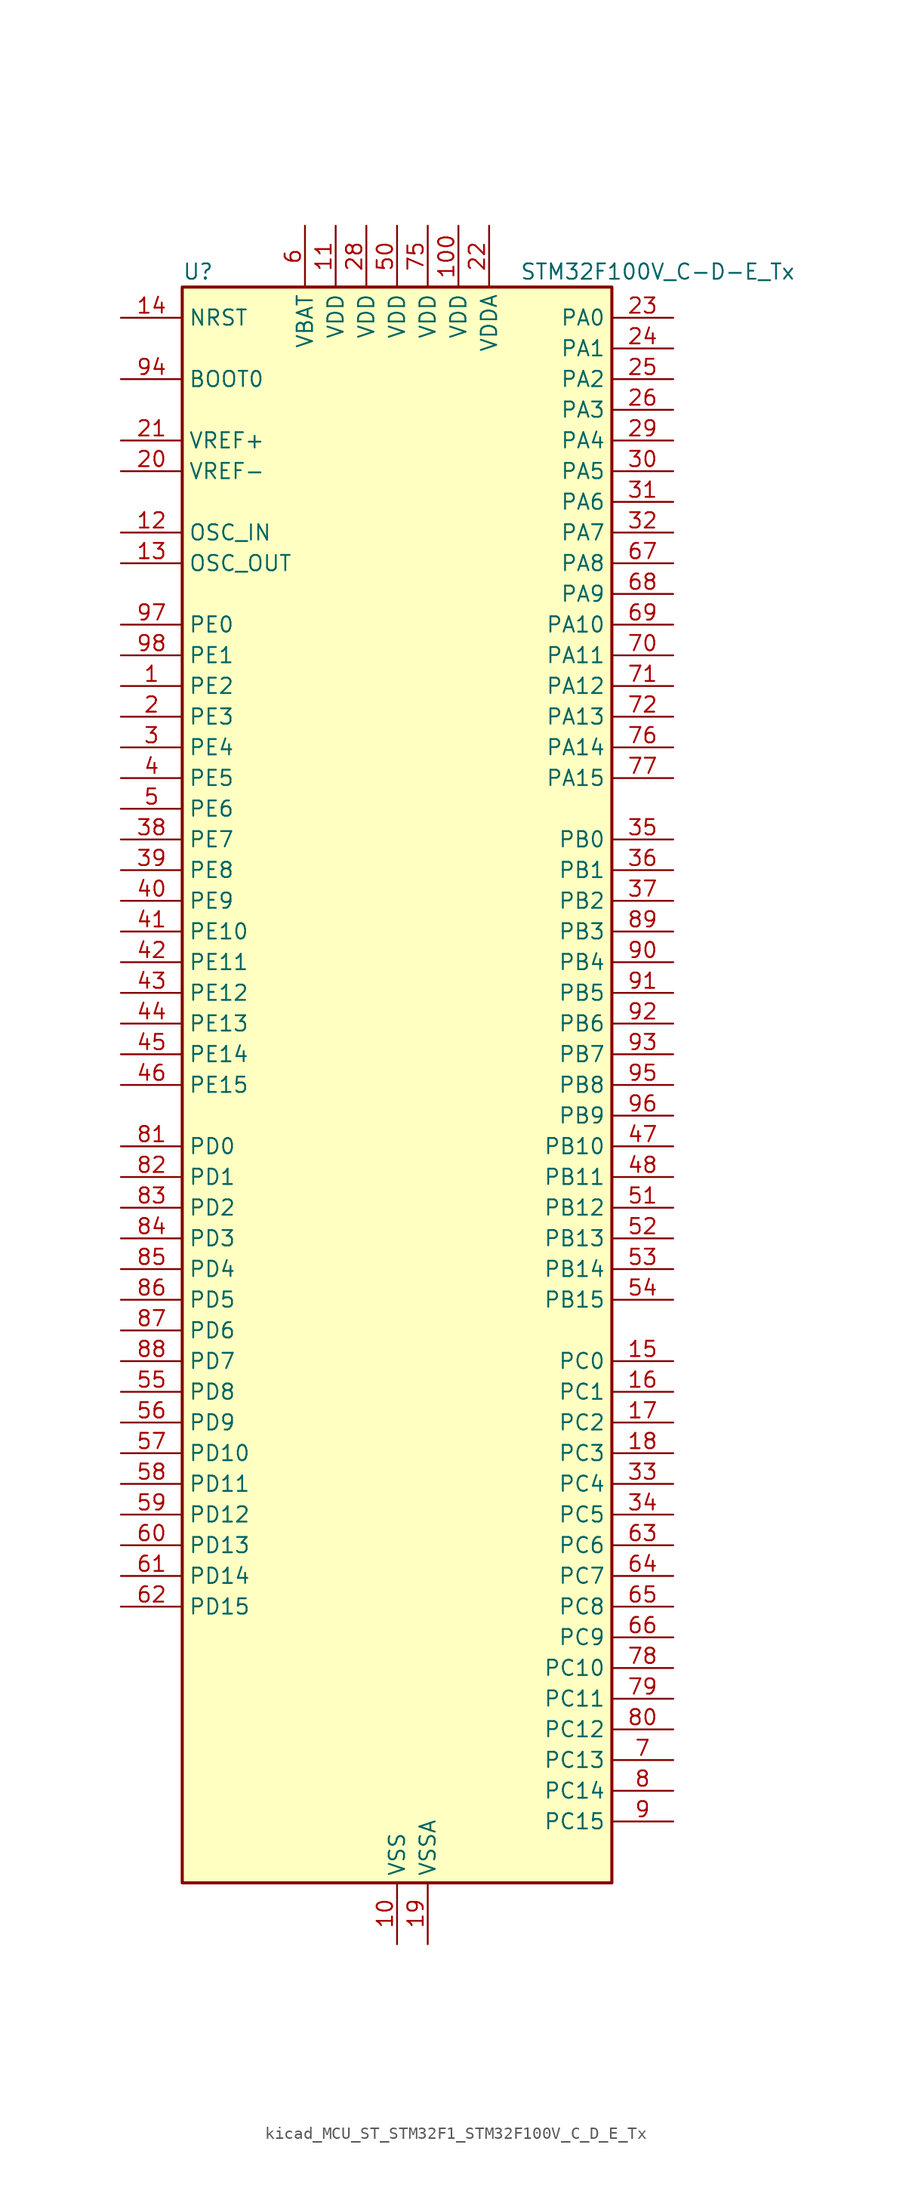
<source format=kicad_sym>
(kicad_symbol_lib
  (version 20220914)
  (generator kicad_symbol_editor)
  (symbol "kicad_MCU_ST_STM32F1_STM32F100V_C_D_E_Tx"
    (property "Reference" "U"
      (at -17.78 67.31 0)
      (effects (font (size 1.27 1.27)) (justify left)))
    (property "Value" "STM32F100V_C-D-E_Tx"
      (at 10.16 67.31 0)
      (effects (font (size 1.27 1.27)) (justify left)))
    (property "ki_locked" ""
      (at 0 0 0)
      (effects (font (size 1.27 1.27))))
    (symbol "kicad_MCU_ST_STM32F1_STM32F100V_C_D_E_Tx_0_1"
      (rectangle (start -17.78 -66.04) (end 17.78 66.04) (stroke (width 0.254) (type default)) (fill (type background))))
    (symbol "kicad_MCU_ST_STM32F1_STM32F100V_C_D_E_Tx_1_1"
      (pin bidirectional line (at -22.86 33.02 0) (length 5.08) (name "PE2" (effects (font (size 1.27 1.27)))) (number "1" (effects (font (size 1.27 1.27)))) (alternate "FSMC_A23" bidirectional line) (alternate "SYS_TRACECLK" bidirectional line))
      (pin power_in line (at 0 -71.12 90) (length 5.08) (name "VSS" (effects (font (size 1.27 1.27)))) (number "10" (effects (font (size 1.27 1.27)))))
      (pin power_in line (at 5.08 71.12 270) (length 5.08) (name "VDD" (effects (font (size 1.27 1.27)))) (number "100" (effects (font (size 1.27 1.27)))))
      (pin power_in line (at -5.08 71.12 270) (length 5.08) (name "VDD" (effects (font (size 1.27 1.27)))) (number "11" (effects (font (size 1.27 1.27)))))
      (pin input line (at -22.86 45.72 0) (length 5.08) (name "OSC_IN" (effects (font (size 1.27 1.27)))) (number "12" (effects (font (size 1.27 1.27)))) (alternate "RCC_OSC_IN" bidirectional line))
      (pin input line (at -22.86 43.18 0) (length 5.08) (name "OSC_OUT" (effects (font (size 1.27 1.27)))) (number "13" (effects (font (size 1.27 1.27)))) (alternate "RCC_OSC_OUT" bidirectional line))
      (pin input line (at -22.86 63.5 0) (length 5.08) (name "NRST" (effects (font (size 1.27 1.27)))) (number "14" (effects (font (size 1.27 1.27)))))
      (pin bidirectional line (at 22.86 -22.86 180) (length 5.08) (name "PC0" (effects (font (size 1.27 1.27)))) (number "15" (effects (font (size 1.27 1.27)))) (alternate "ADC1_IN10" bidirectional line))
      (pin bidirectional line (at 22.86 -25.4 180) (length 5.08) (name "PC1" (effects (font (size 1.27 1.27)))) (number "16" (effects (font (size 1.27 1.27)))) (alternate "ADC1_IN11" bidirectional line))
      (pin bidirectional line (at 22.86 -27.94 180) (length 5.08) (name "PC2" (effects (font (size 1.27 1.27)))) (number "17" (effects (font (size 1.27 1.27)))) (alternate "ADC1_IN12" bidirectional line))
      (pin bidirectional line (at 22.86 -30.48 180) (length 5.08) (name "PC3" (effects (font (size 1.27 1.27)))) (number "18" (effects (font (size 1.27 1.27)))) (alternate "ADC1_IN13" bidirectional line))
      (pin power_in line (at 2.54 -71.12 90) (length 5.08) (name "VSSA" (effects (font (size 1.27 1.27)))) (number "19" (effects (font (size 1.27 1.27)))))
      (pin bidirectional line (at -22.86 30.48 0) (length 5.08) (name "PE3" (effects (font (size 1.27 1.27)))) (number "2" (effects (font (size 1.27 1.27)))) (alternate "FSMC_A19" bidirectional line) (alternate "SYS_TRACED0" bidirectional line))
      (pin input line (at -22.86 50.8 0) (length 5.08) (name "VREF-" (effects (font (size 1.27 1.27)))) (number "20" (effects (font (size 1.27 1.27)))))
      (pin input line (at -22.86 53.34 0) (length 5.08) (name "VREF+" (effects (font (size 1.27 1.27)))) (number "21" (effects (font (size 1.27 1.27)))))
      (pin power_in line (at 7.62 71.12 270) (length 5.08) (name "VDDA" (effects (font (size 1.27 1.27)))) (number "22" (effects (font (size 1.27 1.27)))))
      (pin bidirectional line (at 22.86 63.5 180) (length 5.08) (name "PA0" (effects (font (size 1.27 1.27)))) (number "23" (effects (font (size 1.27 1.27)))) (alternate "ADC1_IN0" bidirectional line) (alternate "SYS_WKUP" bidirectional line) (alternate "TIM2_CH1" bidirectional line) (alternate "TIM2_ETR" bidirectional line) (alternate "TIM5_CH1" bidirectional line) (alternate "USART2_CTS" bidirectional line))
      (pin bidirectional line (at 22.86 60.96 180) (length 5.08) (name "PA1" (effects (font (size 1.27 1.27)))) (number "24" (effects (font (size 1.27 1.27)))) (alternate "ADC1_IN1" bidirectional line) (alternate "TIM2_CH2" bidirectional line) (alternate "TIM5_CH2" bidirectional line) (alternate "USART2_RTS" bidirectional line))
      (pin bidirectional line (at 22.86 58.42 180) (length 5.08) (name "PA2" (effects (font (size 1.27 1.27)))) (number "25" (effects (font (size 1.27 1.27)))) (alternate "ADC1_IN2" bidirectional line) (alternate "TIM15_CH1" bidirectional line) (alternate "TIM2_CH3" bidirectional line) (alternate "TIM5_CH3" bidirectional line) (alternate "USART2_TX" bidirectional line))
      (pin bidirectional line (at 22.86 55.88 180) (length 5.08) (name "PA3" (effects (font (size 1.27 1.27)))) (number "26" (effects (font (size 1.27 1.27)))) (alternate "ADC1_IN3" bidirectional line) (alternate "TIM15_CH2" bidirectional line) (alternate "TIM2_CH4" bidirectional line) (alternate "TIM5_CH4" bidirectional line) (alternate "USART2_RX" bidirectional line))
      (pin passive line (at 0 -71.12 90) (length 5.08) hide (name "VSS" (effects (font (size 1.27 1.27)))) (number "27" (effects (font (size 1.27 1.27)))))
      (pin power_in line (at -2.54 71.12 270) (length 5.08) (name "VDD" (effects (font (size 1.27 1.27)))) (number "28" (effects (font (size 1.27 1.27)))))
      (pin bidirectional line (at 22.86 53.34 180) (length 5.08) (name "PA4" (effects (font (size 1.27 1.27)))) (number "29" (effects (font (size 1.27 1.27)))) (alternate "ADC1_IN4" bidirectional line) (alternate "DAC_OUT1" bidirectional line) (alternate "SPI1_NSS" bidirectional line) (alternate "USART2_CK" bidirectional line))
      (pin bidirectional line (at -22.86 27.94 0) (length 5.08) (name "PE4" (effects (font (size 1.27 1.27)))) (number "3" (effects (font (size 1.27 1.27)))) (alternate "FSMC_A20" bidirectional line) (alternate "SYS_TRACED1" bidirectional line))
      (pin bidirectional line (at 22.86 50.8 180) (length 5.08) (name "PA5" (effects (font (size 1.27 1.27)))) (number "30" (effects (font (size 1.27 1.27)))) (alternate "ADC1_IN5" bidirectional line) (alternate "DAC_OUT2" bidirectional line) (alternate "SPI1_SCK" bidirectional line))
      (pin bidirectional line (at 22.86 48.26 180) (length 5.08) (name "PA6" (effects (font (size 1.27 1.27)))) (number "31" (effects (font (size 1.27 1.27)))) (alternate "ADC1_IN6" bidirectional line) (alternate "SPI1_MISO" bidirectional line) (alternate "TIM16_CH1" bidirectional line) (alternate "TIM1_BKIN" bidirectional line) (alternate "TIM3_CH1" bidirectional line))
      (pin bidirectional line (at 22.86 45.72 180) (length 5.08) (name "PA7" (effects (font (size 1.27 1.27)))) (number "32" (effects (font (size 1.27 1.27)))) (alternate "ADC1_IN7" bidirectional line) (alternate "SPI1_MOSI" bidirectional line) (alternate "TIM17_CH1" bidirectional line) (alternate "TIM1_CH1N" bidirectional line) (alternate "TIM3_CH2" bidirectional line))
      (pin bidirectional line (at 22.86 -33.02 180) (length 5.08) (name "PC4" (effects (font (size 1.27 1.27)))) (number "33" (effects (font (size 1.27 1.27)))) (alternate "ADC1_IN14" bidirectional line) (alternate "TIM12_CH1" bidirectional line))
      (pin bidirectional line (at 22.86 -35.56 180) (length 5.08) (name "PC5" (effects (font (size 1.27 1.27)))) (number "34" (effects (font (size 1.27 1.27)))) (alternate "ADC1_IN15" bidirectional line) (alternate "TIM12_CH2" bidirectional line))
      (pin bidirectional line (at 22.86 20.32 180) (length 5.08) (name "PB0" (effects (font (size 1.27 1.27)))) (number "35" (effects (font (size 1.27 1.27)))) (alternate "ADC1_IN8" bidirectional line) (alternate "TIM13_CH1" bidirectional line) (alternate "TIM1_CH2N" bidirectional line) (alternate "TIM3_CH3" bidirectional line))
      (pin bidirectional line (at 22.86 17.78 180) (length 5.08) (name "PB1" (effects (font (size 1.27 1.27)))) (number "36" (effects (font (size 1.27 1.27)))) (alternate "ADC1_IN9" bidirectional line) (alternate "TIM14_CH1" bidirectional line) (alternate "TIM1_CH3N" bidirectional line) (alternate "TIM3_CH4" bidirectional line))
      (pin bidirectional line (at 22.86 15.24 180) (length 5.08) (name "PB2" (effects (font (size 1.27 1.27)))) (number "37" (effects (font (size 1.27 1.27)))))
      (pin bidirectional line (at -22.86 20.32 0) (length 5.08) (name "PE7" (effects (font (size 1.27 1.27)))) (number "38" (effects (font (size 1.27 1.27)))) (alternate "FSMC_D4" bidirectional line) (alternate "FSMC_DA4" bidirectional line) (alternate "TIM1_ETR" bidirectional line))
      (pin bidirectional line (at -22.86 17.78 0) (length 5.08) (name "PE8" (effects (font (size 1.27 1.27)))) (number "39" (effects (font (size 1.27 1.27)))) (alternate "FSMC_D5" bidirectional line) (alternate "FSMC_DA5" bidirectional line) (alternate "TIM1_CH1N" bidirectional line))
      (pin bidirectional line (at -22.86 25.4 0) (length 5.08) (name "PE5" (effects (font (size 1.27 1.27)))) (number "4" (effects (font (size 1.27 1.27)))) (alternate "FSMC_A21" bidirectional line) (alternate "SYS_TRACED2" bidirectional line))
      (pin bidirectional line (at -22.86 15.24 0) (length 5.08) (name "PE9" (effects (font (size 1.27 1.27)))) (number "40" (effects (font (size 1.27 1.27)))) (alternate "DAC_EXTI9" bidirectional line) (alternate "FSMC_D6" bidirectional line) (alternate "FSMC_DA6" bidirectional line) (alternate "TIM1_CH1" bidirectional line))
      (pin bidirectional line (at -22.86 12.7 0) (length 5.08) (name "PE10" (effects (font (size 1.27 1.27)))) (number "41" (effects (font (size 1.27 1.27)))) (alternate "FSMC_D7" bidirectional line) (alternate "FSMC_DA7" bidirectional line) (alternate "TIM1_CH2N" bidirectional line))
      (pin bidirectional line (at -22.86 10.16 0) (length 5.08) (name "PE11" (effects (font (size 1.27 1.27)))) (number "42" (effects (font (size 1.27 1.27)))) (alternate "ADC1_EXTI11" bidirectional line) (alternate "FSMC_D8" bidirectional line) (alternate "FSMC_DA8" bidirectional line) (alternate "TIM1_CH2" bidirectional line))
      (pin bidirectional line (at -22.86 7.62 0) (length 5.08) (name "PE12" (effects (font (size 1.27 1.27)))) (number "43" (effects (font (size 1.27 1.27)))) (alternate "FSMC_D9" bidirectional line) (alternate "FSMC_DA9" bidirectional line) (alternate "TIM1_CH3N" bidirectional line))
      (pin bidirectional line (at -22.86 5.08 0) (length 5.08) (name "PE13" (effects (font (size 1.27 1.27)))) (number "44" (effects (font (size 1.27 1.27)))) (alternate "FSMC_D10" bidirectional line) (alternate "FSMC_DA10" bidirectional line) (alternate "TIM1_CH3" bidirectional line))
      (pin bidirectional line (at -22.86 2.54 0) (length 5.08) (name "PE14" (effects (font (size 1.27 1.27)))) (number "45" (effects (font (size 1.27 1.27)))) (alternate "FSMC_D11" bidirectional line) (alternate "FSMC_DA11" bidirectional line) (alternate "TIM1_CH4" bidirectional line))
      (pin bidirectional line (at -22.86 0 0) (length 5.08) (name "PE15" (effects (font (size 1.27 1.27)))) (number "46" (effects (font (size 1.27 1.27)))) (alternate "ADC1_EXTI15" bidirectional line) (alternate "FSMC_D12" bidirectional line) (alternate "FSMC_DA12" bidirectional line) (alternate "TIM1_BKIN" bidirectional line))
      (pin bidirectional line (at 22.86 -5.08 180) (length 5.08) (name "PB10" (effects (font (size 1.27 1.27)))) (number "47" (effects (font (size 1.27 1.27)))) (alternate "CEC" bidirectional line) (alternate "I2C2_SCL" bidirectional line) (alternate "TIM2_CH3" bidirectional line) (alternate "USART3_TX" bidirectional line))
      (pin bidirectional line (at 22.86 -7.62 180) (length 5.08) (name "PB11" (effects (font (size 1.27 1.27)))) (number "48" (effects (font (size 1.27 1.27)))) (alternate "ADC1_EXTI11" bidirectional line) (alternate "I2C2_SDA" bidirectional line) (alternate "TIM2_CH4" bidirectional line) (alternate "USART3_RX" bidirectional line))
      (pin passive line (at 0 -71.12 90) (length 5.08) hide (name "VSS" (effects (font (size 1.27 1.27)))) (number "49" (effects (font (size 1.27 1.27)))))
      (pin bidirectional line (at -22.86 22.86 0) (length 5.08) (name "PE6" (effects (font (size 1.27 1.27)))) (number "5" (effects (font (size 1.27 1.27)))) (alternate "FSMC_A22" bidirectional line) (alternate "SYS_TRACED3" bidirectional line))
      (pin power_in line (at 0 71.12 270) (length 5.08) (name "VDD" (effects (font (size 1.27 1.27)))) (number "50" (effects (font (size 1.27 1.27)))))
      (pin bidirectional line (at 22.86 -10.16 180) (length 5.08) (name "PB12" (effects (font (size 1.27 1.27)))) (number "51" (effects (font (size 1.27 1.27)))) (alternate "I2C2_SMBA" bidirectional line) (alternate "SPI2_NSS" bidirectional line) (alternate "TIM12_CH1" bidirectional line) (alternate "TIM1_BKIN" bidirectional line) (alternate "USART3_CK" bidirectional line))
      (pin bidirectional line (at 22.86 -12.7 180) (length 5.08) (name "PB13" (effects (font (size 1.27 1.27)))) (number "52" (effects (font (size 1.27 1.27)))) (alternate "SPI2_SCK" bidirectional line) (alternate "TIM12_CH2" bidirectional line) (alternate "TIM1_CH1N" bidirectional line) (alternate "USART3_CTS" bidirectional line))
      (pin bidirectional line (at 22.86 -15.24 180) (length 5.08) (name "PB14" (effects (font (size 1.27 1.27)))) (number "53" (effects (font (size 1.27 1.27)))) (alternate "SPI2_MISO" bidirectional line) (alternate "TIM15_CH1" bidirectional line) (alternate "TIM1_CH2N" bidirectional line) (alternate "USART3_RTS" bidirectional line))
      (pin bidirectional line (at 22.86 -17.78 180) (length 5.08) (name "PB15" (effects (font (size 1.27 1.27)))) (number "54" (effects (font (size 1.27 1.27)))) (alternate "ADC1_EXTI15" bidirectional line) (alternate "SPI2_MOSI" bidirectional line) (alternate "TIM15_CH1N" bidirectional line) (alternate "TIM15_CH2" bidirectional line) (alternate "TIM1_CH3N" bidirectional line))
      (pin bidirectional line (at -22.86 -25.4 0) (length 5.08) (name "PD8" (effects (font (size 1.27 1.27)))) (number "55" (effects (font (size 1.27 1.27)))) (alternate "FSMC_D13" bidirectional line) (alternate "FSMC_DA13" bidirectional line) (alternate "USART3_TX" bidirectional line))
      (pin bidirectional line (at -22.86 -27.94 0) (length 5.08) (name "PD9" (effects (font (size 1.27 1.27)))) (number "56" (effects (font (size 1.27 1.27)))) (alternate "DAC_EXTI9" bidirectional line) (alternate "FSMC_D14" bidirectional line) (alternate "FSMC_DA14" bidirectional line) (alternate "USART3_RX" bidirectional line))
      (pin bidirectional line (at -22.86 -30.48 0) (length 5.08) (name "PD10" (effects (font (size 1.27 1.27)))) (number "57" (effects (font (size 1.27 1.27)))) (alternate "FSMC_D15" bidirectional line) (alternate "FSMC_DA15" bidirectional line) (alternate "USART3_CK" bidirectional line))
      (pin bidirectional line (at -22.86 -33.02 0) (length 5.08) (name "PD11" (effects (font (size 1.27 1.27)))) (number "58" (effects (font (size 1.27 1.27)))) (alternate "ADC1_EXTI11" bidirectional line) (alternate "FSMC_A16" bidirectional line) (alternate "USART3_CTS" bidirectional line))
      (pin bidirectional line (at -22.86 -35.56 0) (length 5.08) (name "PD12" (effects (font (size 1.27 1.27)))) (number "59" (effects (font (size 1.27 1.27)))) (alternate "FSMC_A17" bidirectional line) (alternate "TIM4_CH1" bidirectional line) (alternate "USART3_RTS" bidirectional line))
      (pin power_in line (at -7.62 71.12 270) (length 5.08) (name "VBAT" (effects (font (size 1.27 1.27)))) (number "6" (effects (font (size 1.27 1.27)))))
      (pin bidirectional line (at -22.86 -38.1 0) (length 5.08) (name "PD13" (effects (font (size 1.27 1.27)))) (number "60" (effects (font (size 1.27 1.27)))) (alternate "FSMC_A18" bidirectional line) (alternate "TIM4_CH2" bidirectional line))
      (pin bidirectional line (at -22.86 -40.64 0) (length 5.08) (name "PD14" (effects (font (size 1.27 1.27)))) (number "61" (effects (font (size 1.27 1.27)))) (alternate "FSMC_D0" bidirectional line) (alternate "FSMC_DA0" bidirectional line) (alternate "TIM4_CH3" bidirectional line))
      (pin bidirectional line (at -22.86 -43.18 0) (length 5.08) (name "PD15" (effects (font (size 1.27 1.27)))) (number "62" (effects (font (size 1.27 1.27)))) (alternate "ADC1_EXTI15" bidirectional line) (alternate "FSMC_D1" bidirectional line) (alternate "FSMC_DA1" bidirectional line) (alternate "TIM4_CH4" bidirectional line))
      (pin bidirectional line (at 22.86 -38.1 180) (length 5.08) (name "PC6" (effects (font (size 1.27 1.27)))) (number "63" (effects (font (size 1.27 1.27)))) (alternate "TIM3_CH1" bidirectional line))
      (pin bidirectional line (at 22.86 -40.64 180) (length 5.08) (name "PC7" (effects (font (size 1.27 1.27)))) (number "64" (effects (font (size 1.27 1.27)))) (alternate "TIM3_CH2" bidirectional line))
      (pin bidirectional line (at 22.86 -43.18 180) (length 5.08) (name "PC8" (effects (font (size 1.27 1.27)))) (number "65" (effects (font (size 1.27 1.27)))) (alternate "TIM13_CH1" bidirectional line) (alternate "TIM3_CH3" bidirectional line))
      (pin bidirectional line (at 22.86 -45.72 180) (length 5.08) (name "PC9" (effects (font (size 1.27 1.27)))) (number "66" (effects (font (size 1.27 1.27)))) (alternate "DAC_EXTI9" bidirectional line) (alternate "TIM14_CH1" bidirectional line) (alternate "TIM3_CH4" bidirectional line))
      (pin bidirectional line (at 22.86 43.18 180) (length 5.08) (name "PA8" (effects (font (size 1.27 1.27)))) (number "67" (effects (font (size 1.27 1.27)))) (alternate "RCC_MCO" bidirectional line) (alternate "TIM1_CH1" bidirectional line) (alternate "USART1_CK" bidirectional line))
      (pin bidirectional line (at 22.86 40.64 180) (length 5.08) (name "PA9" (effects (font (size 1.27 1.27)))) (number "68" (effects (font (size 1.27 1.27)))) (alternate "DAC_EXTI9" bidirectional line) (alternate "TIM15_BKIN" bidirectional line) (alternate "TIM1_CH2" bidirectional line) (alternate "USART1_TX" bidirectional line))
      (pin bidirectional line (at 22.86 38.1 180) (length 5.08) (name "PA10" (effects (font (size 1.27 1.27)))) (number "69" (effects (font (size 1.27 1.27)))) (alternate "TIM17_BKIN" bidirectional line) (alternate "TIM1_CH3" bidirectional line) (alternate "USART1_RX" bidirectional line))
      (pin bidirectional line (at 22.86 -55.88 180) (length 5.08) (name "PC13" (effects (font (size 1.27 1.27)))) (number "7" (effects (font (size 1.27 1.27)))) (alternate "RTC_OUT" bidirectional line) (alternate "RTC_TAMPER" bidirectional line))
      (pin bidirectional line (at 22.86 35.56 180) (length 5.08) (name "PA11" (effects (font (size 1.27 1.27)))) (number "70" (effects (font (size 1.27 1.27)))) (alternate "ADC1_EXTI11" bidirectional line) (alternate "TIM1_CH4" bidirectional line) (alternate "USART1_CTS" bidirectional line))
      (pin bidirectional line (at 22.86 33.02 180) (length 5.08) (name "PA12" (effects (font (size 1.27 1.27)))) (number "71" (effects (font (size 1.27 1.27)))) (alternate "TIM1_ETR" bidirectional line) (alternate "USART1_RTS" bidirectional line))
      (pin bidirectional line (at 22.86 30.48 180) (length 5.08) (name "PA13" (effects (font (size 1.27 1.27)))) (number "72" (effects (font (size 1.27 1.27)))) (alternate "SYS_JTMS-SWDIO" bidirectional line))
      (pin no_connect line (at -17.78 -66.04 0) (length 5.08) hide (name "NC" (effects (font (size 1.27 1.27)))) (number "73" (effects (font (size 1.27 1.27)))))
      (pin passive line (at 0 -71.12 90) (length 5.08) hide (name "VSS" (effects (font (size 1.27 1.27)))) (number "74" (effects (font (size 1.27 1.27)))))
      (pin power_in line (at 2.54 71.12 270) (length 5.08) (name "VDD" (effects (font (size 1.27 1.27)))) (number "75" (effects (font (size 1.27 1.27)))))
      (pin bidirectional line (at 22.86 27.94 180) (length 5.08) (name "PA14" (effects (font (size 1.27 1.27)))) (number "76" (effects (font (size 1.27 1.27)))) (alternate "SYS_JTCK-SWCLK" bidirectional line))
      (pin bidirectional line (at 22.86 25.4 180) (length 5.08) (name "PA15" (effects (font (size 1.27 1.27)))) (number "77" (effects (font (size 1.27 1.27)))) (alternate "ADC1_EXTI15" bidirectional line) (alternate "SPI1_NSS" bidirectional line) (alternate "SPI3_NSS" bidirectional line) (alternate "SYS_JTDI" bidirectional line) (alternate "TIM2_CH1" bidirectional line) (alternate "TIM2_ETR" bidirectional line))
      (pin bidirectional line (at 22.86 -48.26 180) (length 5.08) (name "PC10" (effects (font (size 1.27 1.27)))) (number "78" (effects (font (size 1.27 1.27)))) (alternate "UART4_TX" bidirectional line) (alternate "USART3_TX" bidirectional line))
      (pin bidirectional line (at 22.86 -50.8 180) (length 5.08) (name "PC11" (effects (font (size 1.27 1.27)))) (number "79" (effects (font (size 1.27 1.27)))) (alternate "ADC1_EXTI11" bidirectional line) (alternate "UART4_RX" bidirectional line) (alternate "USART3_RX" bidirectional line))
      (pin bidirectional line (at 22.86 -58.42 180) (length 5.08) (name "PC14" (effects (font (size 1.27 1.27)))) (number "8" (effects (font (size 1.27 1.27)))) (alternate "RCC_OSC32_IN" bidirectional line))
      (pin bidirectional line (at 22.86 -53.34 180) (length 5.08) (name "PC12" (effects (font (size 1.27 1.27)))) (number "80" (effects (font (size 1.27 1.27)))) (alternate "UART5_TX" bidirectional line) (alternate "USART3_CK" bidirectional line))
      (pin bidirectional line (at -22.86 -5.08 0) (length 5.08) (name "PD0" (effects (font (size 1.27 1.27)))) (number "81" (effects (font (size 1.27 1.27)))) (alternate "FSMC_D2" bidirectional line) (alternate "FSMC_DA2" bidirectional line))
      (pin bidirectional line (at -22.86 -7.62 0) (length 5.08) (name "PD1" (effects (font (size 1.27 1.27)))) (number "82" (effects (font (size 1.27 1.27)))) (alternate "FSMC_D3" bidirectional line) (alternate "FSMC_DA3" bidirectional line))
      (pin bidirectional line (at -22.86 -10.16 0) (length 5.08) (name "PD2" (effects (font (size 1.27 1.27)))) (number "83" (effects (font (size 1.27 1.27)))) (alternate "TIM3_ETR" bidirectional line) (alternate "UART5_RX" bidirectional line))
      (pin bidirectional line (at -22.86 -12.7 0) (length 5.08) (name "PD3" (effects (font (size 1.27 1.27)))) (number "84" (effects (font (size 1.27 1.27)))) (alternate "FSMC_CLK" bidirectional line) (alternate "USART2_CTS" bidirectional line))
      (pin bidirectional line (at -22.86 -15.24 0) (length 5.08) (name "PD4" (effects (font (size 1.27 1.27)))) (number "85" (effects (font (size 1.27 1.27)))) (alternate "FSMC_NOE" bidirectional line) (alternate "USART2_RTS" bidirectional line))
      (pin bidirectional line (at -22.86 -17.78 0) (length 5.08) (name "PD5" (effects (font (size 1.27 1.27)))) (number "86" (effects (font (size 1.27 1.27)))) (alternate "FSMC_NWE" bidirectional line) (alternate "USART2_TX" bidirectional line))
      (pin bidirectional line (at -22.86 -20.32 0) (length 5.08) (name "PD6" (effects (font (size 1.27 1.27)))) (number "87" (effects (font (size 1.27 1.27)))) (alternate "FSMC_NWAIT" bidirectional line) (alternate "USART2_RX" bidirectional line))
      (pin bidirectional line (at -22.86 -22.86 0) (length 5.08) (name "PD7" (effects (font (size 1.27 1.27)))) (number "88" (effects (font (size 1.27 1.27)))) (alternate "FSMC_NE1" bidirectional line) (alternate "USART2_CK" bidirectional line))
      (pin bidirectional line (at 22.86 12.7 180) (length 5.08) (name "PB3" (effects (font (size 1.27 1.27)))) (number "89" (effects (font (size 1.27 1.27)))) (alternate "SPI1_SCK" bidirectional line) (alternate "SPI3_SCK" bidirectional line) (alternate "SYS_JTDO-TRACESWO" bidirectional line) (alternate "TIM2_CH2" bidirectional line))
      (pin bidirectional line (at 22.86 -60.96 180) (length 5.08) (name "PC15" (effects (font (size 1.27 1.27)))) (number "9" (effects (font (size 1.27 1.27)))) (alternate "ADC1_EXTI15" bidirectional line) (alternate "RCC_OSC32_OUT" bidirectional line))
      (pin bidirectional line (at 22.86 10.16 180) (length 5.08) (name "PB4" (effects (font (size 1.27 1.27)))) (number "90" (effects (font (size 1.27 1.27)))) (alternate "SPI1_MISO" bidirectional line) (alternate "SPI3_MISO" bidirectional line) (alternate "SYS_NJTRST" bidirectional line) (alternate "TIM3_CH1" bidirectional line))
      (pin bidirectional line (at 22.86 7.62 180) (length 5.08) (name "PB5" (effects (font (size 1.27 1.27)))) (number "91" (effects (font (size 1.27 1.27)))) (alternate "I2C1_SMBA" bidirectional line) (alternate "SPI1_MOSI" bidirectional line) (alternate "SPI3_MOSI" bidirectional line) (alternate "TIM16_BKIN" bidirectional line) (alternate "TIM3_CH2" bidirectional line))
      (pin bidirectional line (at 22.86 5.08 180) (length 5.08) (name "PB6" (effects (font (size 1.27 1.27)))) (number "92" (effects (font (size 1.27 1.27)))) (alternate "I2C1_SCL" bidirectional line) (alternate "TIM16_CH1N" bidirectional line) (alternate "TIM4_CH1" bidirectional line) (alternate "USART1_TX" bidirectional line))
      (pin bidirectional line (at 22.86 2.54 180) (length 5.08) (name "PB7" (effects (font (size 1.27 1.27)))) (number "93" (effects (font (size 1.27 1.27)))) (alternate "FSMC_NL" bidirectional line) (alternate "I2C1_SDA" bidirectional line) (alternate "TIM17_CH1N" bidirectional line) (alternate "TIM4_CH2" bidirectional line) (alternate "USART1_RX" bidirectional line))
      (pin input line (at -22.86 58.42 0) (length 5.08) (name "BOOT0" (effects (font (size 1.27 1.27)))) (number "94" (effects (font (size 1.27 1.27)))))
      (pin bidirectional line (at 22.86 0 180) (length 5.08) (name "PB8" (effects (font (size 1.27 1.27)))) (number "95" (effects (font (size 1.27 1.27)))) (alternate "CEC" bidirectional line) (alternate "I2C1_SCL" bidirectional line) (alternate "TIM16_CH1" bidirectional line) (alternate "TIM4_CH3" bidirectional line))
      (pin bidirectional line (at 22.86 -2.54 180) (length 5.08) (name "PB9" (effects (font (size 1.27 1.27)))) (number "96" (effects (font (size 1.27 1.27)))) (alternate "DAC_EXTI9" bidirectional line) (alternate "I2C1_SDA" bidirectional line) (alternate "TIM17_CH1" bidirectional line) (alternate "TIM4_CH4" bidirectional line))
      (pin bidirectional line (at -22.86 38.1 0) (length 5.08) (name "PE0" (effects (font (size 1.27 1.27)))) (number "97" (effects (font (size 1.27 1.27)))) (alternate "FSMC_NBL0" bidirectional line) (alternate "TIM4_ETR" bidirectional line))
      (pin bidirectional line (at -22.86 35.56 0) (length 5.08) (name "PE1" (effects (font (size 1.27 1.27)))) (number "98" (effects (font (size 1.27 1.27)))) (alternate "FSMC_NBL1" bidirectional line))
      (pin passive line (at 0 -71.12 90) (length 5.08) hide (name "VSS" (effects (font (size 1.27 1.27)))) (number "99" (effects (font (size 1.27 1.27))))))))
</source>
